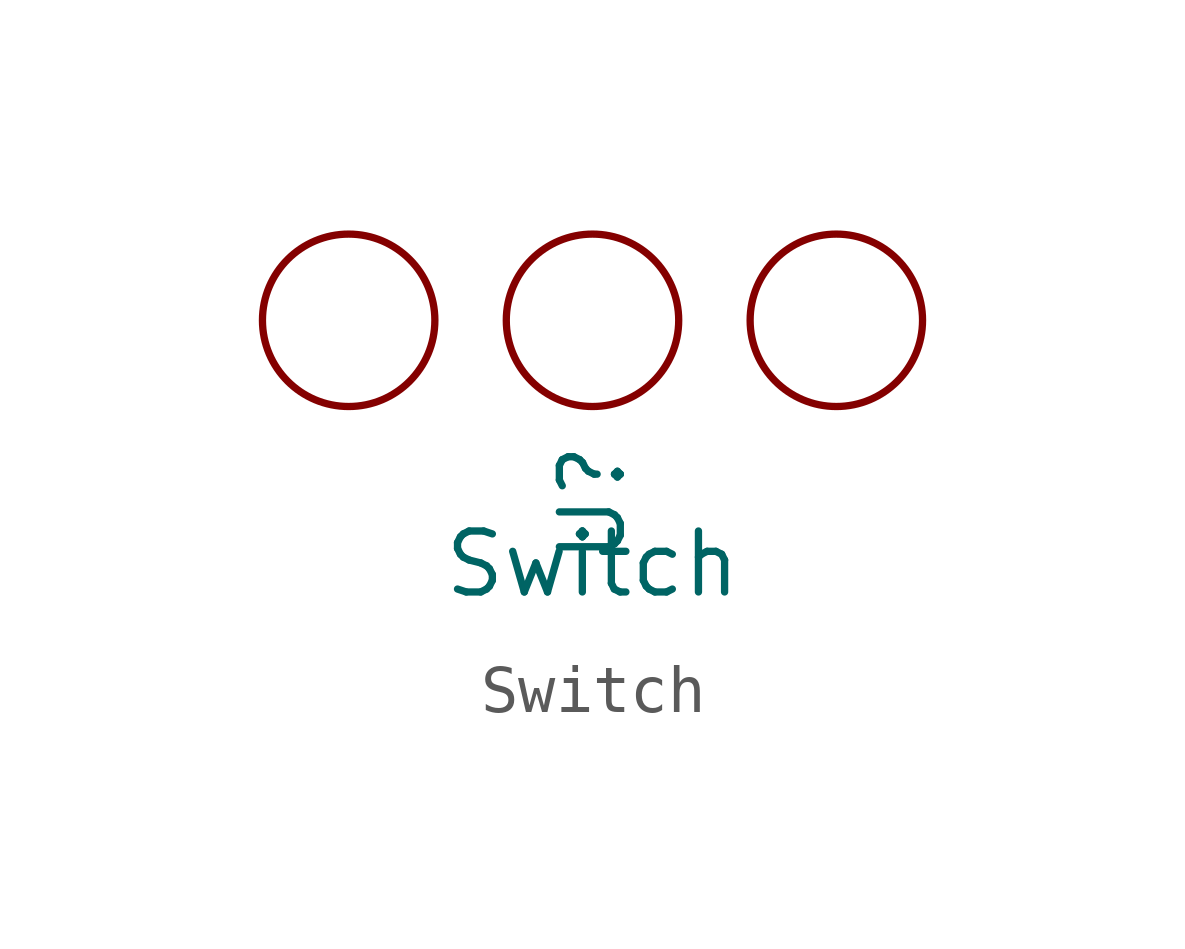
<source format=kicad_sym>
(kicad_symbol_lib
  (version 20211014)
  (generator kicad_symbol_editor)
  (symbol "Switch"
    (property "Reference" "U"
      (at 0 -3.81 90)
      (effects (font (size 1.27 1.27))))
    (property "Value" "Switch"
      (at 0 -5.08 0)
      (effects (font (size 1.27 1.27))))
    (symbol "Switch_0_1"
      (circle (center -5.08 0) (radius 1.796) (stroke (width 0.152) (type default) (color 0 0 0 0)) (fill (type none)))
      (circle (center 0 0) (radius 1.796) (stroke (width 0.152) (type default) (color 0 0 0 0)) (fill (type none)))
      (circle (center 5.08 0) (radius 1.796) (stroke (width 0.152) (type default) (color 0 0 0 0)) (fill (type none))))))
</source>
